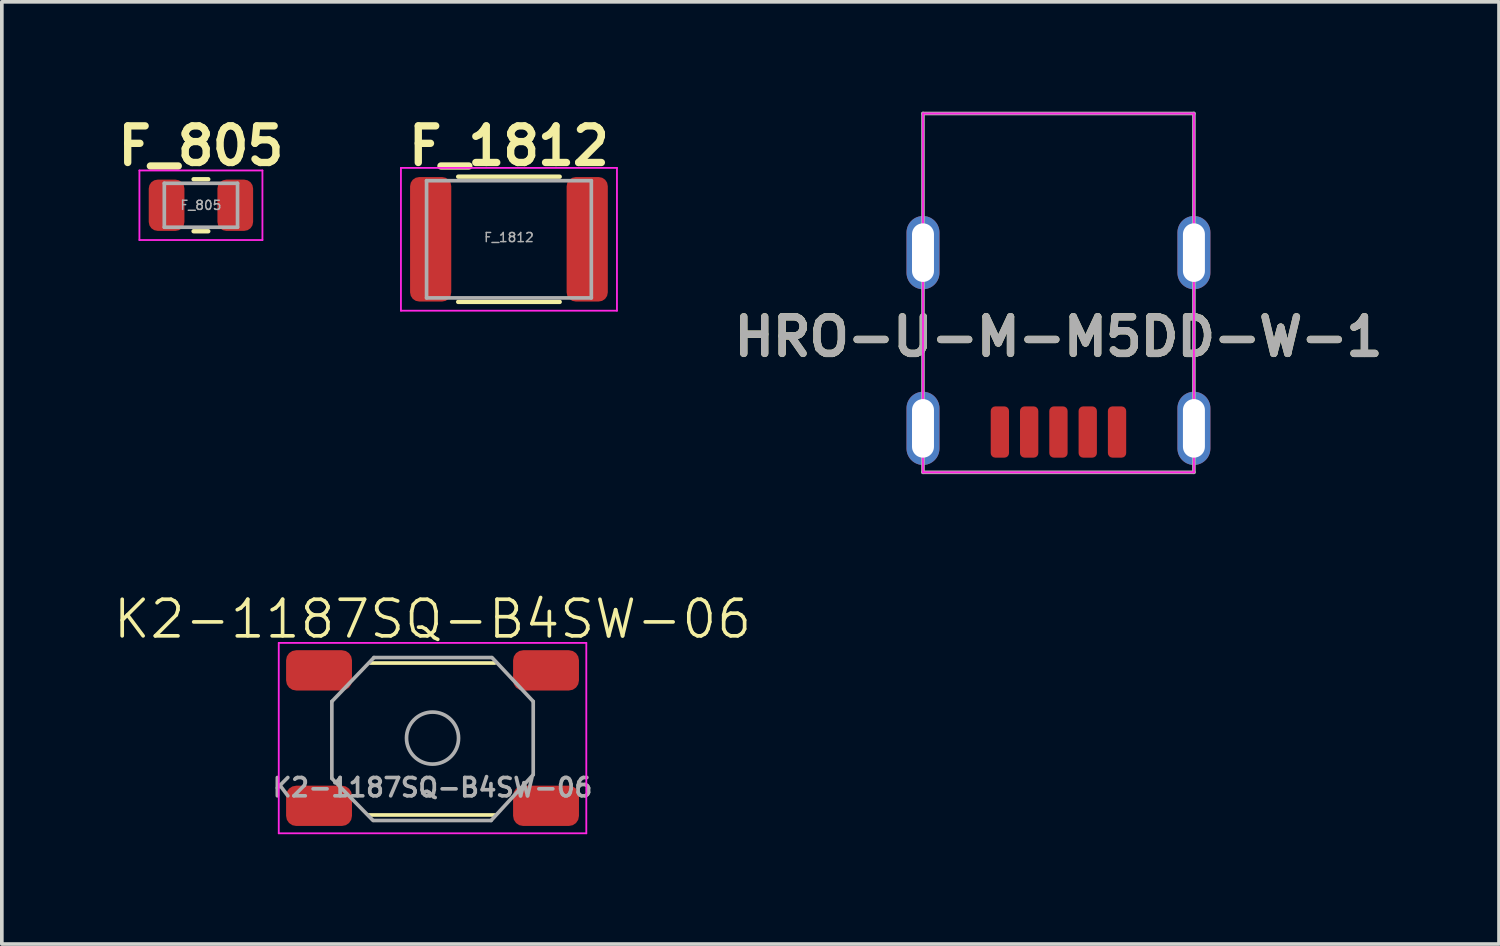
<source format=kicad_pcb>
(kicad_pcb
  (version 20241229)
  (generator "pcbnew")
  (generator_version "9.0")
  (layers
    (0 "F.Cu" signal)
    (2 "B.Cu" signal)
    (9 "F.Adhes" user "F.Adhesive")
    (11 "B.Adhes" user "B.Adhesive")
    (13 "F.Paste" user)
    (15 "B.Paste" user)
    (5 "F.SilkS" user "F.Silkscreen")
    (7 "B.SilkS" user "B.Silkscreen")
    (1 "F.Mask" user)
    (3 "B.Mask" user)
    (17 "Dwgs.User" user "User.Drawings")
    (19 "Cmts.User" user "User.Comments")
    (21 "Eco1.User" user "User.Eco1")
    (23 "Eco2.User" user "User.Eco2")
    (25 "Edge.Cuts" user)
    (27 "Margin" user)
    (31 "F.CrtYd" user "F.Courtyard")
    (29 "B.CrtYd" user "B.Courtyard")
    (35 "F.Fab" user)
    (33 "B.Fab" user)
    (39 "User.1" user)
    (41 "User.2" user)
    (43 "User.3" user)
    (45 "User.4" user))
  (footprint "HRO-U-M-M5DD-W-1"
    (layer "F.Cu")
    (at 25.86 9.85)
    (property "Reference" "HRO-U-M-M5DD-W-1" (at 0 -3.7 0) (unlocked yes) (layer "F.SilkS") (effects (font (size 1 1) (thickness 0.2))))
    (attr smd)
    (fp_line (start -3.7 -9.8) (end -3.7 0) (stroke (width 0.05) (type solid)) (layer "F.CrtYd"))
    (fp_line (start -3.7 0) (end 3.7 0) (stroke (width 0.05) (type solid)) (layer "F.CrtYd"))
    (fp_line (start 3.7 -9.8) (end -3.7 -9.8) (stroke (width 0.05) (type solid)) (layer "F.CrtYd"))
    (fp_line (start 3.7 0) (end 3.7 -9.8) (stroke (width 0.05) (type solid)) (layer "F.CrtYd"))
    (fp_line (start -3.7 -9.8) (end 3.7 -9.8) (stroke (width 0.1) (type solid)) (layer "F.Fab"))
    (fp_line (start -3.7 0) (end -3.7 -9.8) (stroke (width 0.1) (type solid)) (layer "F.Fab"))
    (fp_line (start 3.7 -9.8) (end 3.7 0) (stroke (width 0.1) (type solid)) (layer "F.Fab"))
    (fp_line (start 3.7 0) (end -3.7 0) (stroke (width 0.1) (type solid)) (layer "F.Fab"))
    (fp_text user "${REFERENCE}" (at 0 -3.7 0) (unlocked yes) (layer "F.Fab") (effects (font (size 1 1) (thickness 0.2))))
    (pad "1" smd roundrect (at 1.6 -1.1) (size 0.5 1.4) (layers "F.Cu" "F.Mask" "F.Paste") (roundrect_rratio 0.25))
    (pad "2" smd roundrect (at 0.8 -1.1) (size 0.5 1.4) (layers "F.Cu" "F.Mask" "F.Paste") (roundrect_rratio 0.25))
    (pad "3" smd roundrect (at 0 -1.1) (size 0.5 1.4) (layers "F.Cu" "F.Mask" "F.Paste") (roundrect_rratio 0.25))
    (pad "4" smd roundrect (at -0.8 -1.1) (size 0.5 1.4) (layers "F.Cu" "F.Mask" "F.Paste") (roundrect_rratio 0.25))
    (pad "5" smd roundrect (at -1.6 -1.1) (size 0.5 1.4) (layers "F.Cu" "F.Mask" "F.Paste") (roundrect_rratio 0.25))
    (pad "6" thru_hole oval (at -3.7 -6) (size 0.9 2) (drill oval 0.6 1.6) (layers "*.Cu" "*.Mask" "F.Paste"))
    (pad "6" thru_hole oval (at -3.7 -1.2) (size 0.9 2) (drill oval 0.6 1.6) (layers "*.Cu" "*.Mask" "F.Paste"))
    (pad "6" thru_hole oval (at 3.7 -6) (size 0.9 2) (drill oval 0.6 1.6) (layers "*.Cu" "*.Mask" "F.Paste"))
    (pad "6" thru_hole oval (at 3.7 -1.2) (size 0.9 2) (drill oval 0.6 1.6) (layers "*.Cu" "*.Mask" "F.Paste")))
  (footprint "F_805"
    (layer "F.Cu")
    (at 2.438 2.556)
    (property "Reference" "F_805" (at 0 -1.62 0) (unlocked yes) (layer "F.SilkS") (effects (font (size 1 1) (thickness 0.2))))
    (attr smd)
    (fp_line (start -0.2 -0.71) (end 0.2 -0.71) (stroke (width 0.12) (type solid)) (layer "F.SilkS"))
    (fp_line (start -0.2 0.71) (end 0.2 0.71) (stroke (width 0.12) (type solid)) (layer "F.SilkS"))
    (fp_line (start -1.68 -0.95) (end 1.68 -0.95) (stroke (width 0.05) (type solid)) (layer "F.CrtYd"))
    (fp_line (start -1.68 0.95) (end -1.68 -0.95) (stroke (width 0.05) (type solid)) (layer "F.CrtYd"))
    (fp_line (start 1.68 -0.95) (end 1.68 0.95) (stroke (width 0.05) (type solid)) (layer "F.CrtYd"))
    (fp_line (start 1.68 0.95) (end -1.68 0.95) (stroke (width 0.05) (type solid)) (layer "F.CrtYd"))
    (fp_line (start -1 -0.6) (end 1 -0.6) (stroke (width 0.1) (type solid)) (layer "F.Fab"))
    (fp_line (start -1 0.6) (end -1 -0.6) (stroke (width 0.1) (type solid)) (layer "F.Fab"))
    (fp_line (start 1 -0.6) (end 1 0.6) (stroke (width 0.1) (type solid)) (layer "F.Fab"))
    (fp_line (start 1 0.6) (end -1 0.6) (stroke (width 0.1) (type solid)) (layer "F.Fab"))
    (fp_text user "${REFERENCE}" (at 0 0 0) (layer "F.Fab") (effects (font (size 0.25 0.25) (thickness 0.04))))
    (pad "1" smd roundrect (at -0.938 0) (size 0.975 1.4) (layers "F.Cu" "F.Mask" "F.Paste") (roundrect_rratio 0.25))
    (pad "2" smd roundrect (at 0.938 0) (size 0.975 1.4) (layers "F.Cu" "F.Mask" "F.Paste") (roundrect_rratio 0.25)))
  (footprint "F_1812"
    (layer "F.Cu")
    (at 10.851 3.436)
    (property "Reference" "F_1812" (at 0 -2.5 0) (unlocked yes) (layer "F.SilkS") (effects (font (size 1 1) (thickness 0.2))))
    (attr smd)
    (fp_line (start -1.386 -1.66) (end 1.386 -1.66) (stroke (width 0.12) (type solid)) (layer "F.SilkS"))
    (fp_line (start -1.386 1.76) (end 1.386 1.76) (stroke (width 0.12) (type solid)) (layer "F.SilkS"))
    (fp_line (start -2.95 -1.9) (end 2.95 -1.9) (stroke (width 0.05) (type solid)) (layer "F.CrtYd"))
    (fp_line (start -2.95 2) (end -2.95 -1.9) (stroke (width 0.05) (type solid)) (layer "F.CrtYd"))
    (fp_line (start 2.95 -1.9) (end 2.95 2) (stroke (width 0.05) (type solid)) (layer "F.CrtYd"))
    (fp_line (start 2.95 2) (end -2.95 2) (stroke (width 0.05) (type solid)) (layer "F.CrtYd"))
    (fp_line (start -2.25 -1.55) (end 2.25 -1.55) (stroke (width 0.1) (type solid)) (layer "F.Fab"))
    (fp_line (start -2.25 1.65) (end -2.25 -1.55) (stroke (width 0.1) (type solid)) (layer "F.Fab"))
    (fp_line (start 2.25 -1.55) (end 2.25 1.65) (stroke (width 0.1) (type solid)) (layer "F.Fab"))
    (fp_line (start 2.25 1.65) (end -2.25 1.65) (stroke (width 0.1) (type solid)) (layer "F.Fab"))
    (fp_text user "${REFERENCE}" (at 0 0 0) (unlocked yes) (layer "F.Fab") (effects (font (size 0.25 0.25) (thickness 0.04))))
    (pad "1" smd roundrect (at -2.138 0.05) (size 1.125 3.4) (layers "F.Cu" "F.Mask" "F.Paste") (roundrect_rratio 0.222))
    (pad "2" smd roundrect (at 2.138 0.05) (size 1.125 3.4) (layers "F.Cu" "F.Mask" "F.Paste") (roundrect_rratio 0.222)))
  (footprint "K2-1187SQ-B4SW-06"
    (layer "F.Cu")
    (at 8.764 17.11)
    (property "Reference" "K2-1187SQ-B4SW-06" (at 0 -3.25 0) (unlocked yes) (layer "F.SilkS") (effects (font (size 1 1) (thickness 0.1))))
    (attr smd)
    (fp_line (start -1.75 2.1) (end 1.7 2.1) (stroke (width 0.1) (type solid)) (layer "F.SilkS"))
    (fp_line (start 1.7 -2.05) (end -1.7 -2.05) (stroke (width 0.1) (type solid)) (layer "F.SilkS"))
    (fp_line (start -4.2 -2.6) (end 4.2 -2.6) (stroke (width 0.05) (type solid)) (layer "F.CrtYd"))
    (fp_line (start -4.2 2.6) (end -4.2 -2.6) (stroke (width 0.05) (type solid)) (layer "F.CrtYd"))
    (fp_line (start -4.2 2.6) (end 4.2 2.6) (stroke (width 0.05) (type solid)) (layer "F.CrtYd"))
    (fp_line (start 4.2 2.6) (end 4.2 -2.6) (stroke (width 0.05) (type solid)) (layer "F.CrtYd"))
    (fp_line (start -2.75 -1) (end -1.6 -2.2) (stroke (width 0.1) (type solid)) (layer "F.Fab"))
    (fp_line (start -2.75 1.1) (end -2.75 -1) (stroke (width 0.1) (type solid)) (layer "F.Fab"))
    (fp_line (start -1.625 2.25) (end -2.75 1.1) (stroke (width 0.1) (type solid)) (layer "F.Fab"))
    (fp_line (start -1.6 -2.2) (end 1.6 -2.2) (stroke (width 0.1) (type solid)) (layer "F.Fab"))
    (fp_line (start 1.6 2.25) (end -1.6 2.25) (stroke (width 0.1) (type solid)) (layer "F.Fab"))
    (fp_line (start 1.625 -2.2) (end 2.75 -1) (stroke (width 0.1) (type solid)) (layer "F.Fab"))
    (fp_line (start 2.75 -1) (end 2.75 1) (stroke (width 0.1) (type solid)) (layer "F.Fab"))
    (fp_line (start 2.75 1) (end 1.6 2.25) (stroke (width 0.1) (type solid)) (layer "F.Fab"))
    (fp_circle (center 0 0) (end 0.45 0.55) (stroke (width 0.1) (type solid)) (fill no) (layer "F.Fab"))
    (fp_text user "${REFERENCE}" (at 0 1.35 0) (unlocked yes) (layer "F.Fab") (effects (font (size 0.5 0.5) (thickness 0.1))))
    (pad "1" smd roundrect (at -3.1 -1.85) (size 1.8 1.1) (layers "F.Cu" "F.Mask" "F.Paste") (roundrect_rratio 0.25))
    (pad "1" smd roundrect (at 3.1 -1.85) (size 1.8 1.1) (layers "F.Cu" "F.Mask" "F.Paste") (roundrect_rratio 0.25))
    (pad "2" smd roundrect (at -3.1 1.85) (size 1.8 1.1) (layers "F.Cu" "F.Mask" "F.Paste") (roundrect_rratio 0.25))
    (pad "2" smd roundrect (at 3.1 1.85) (size 1.8 1.1) (layers "F.Cu" "F.Mask" "F.Paste") (roundrect_rratio 0.25)))
  (gr_rect
    (start -3 -3)
    (end 37.893 22.735)
    (stroke (width 0.1) (type default))
    (fill no)
    (layer "Edge.Cuts")))
</source>
